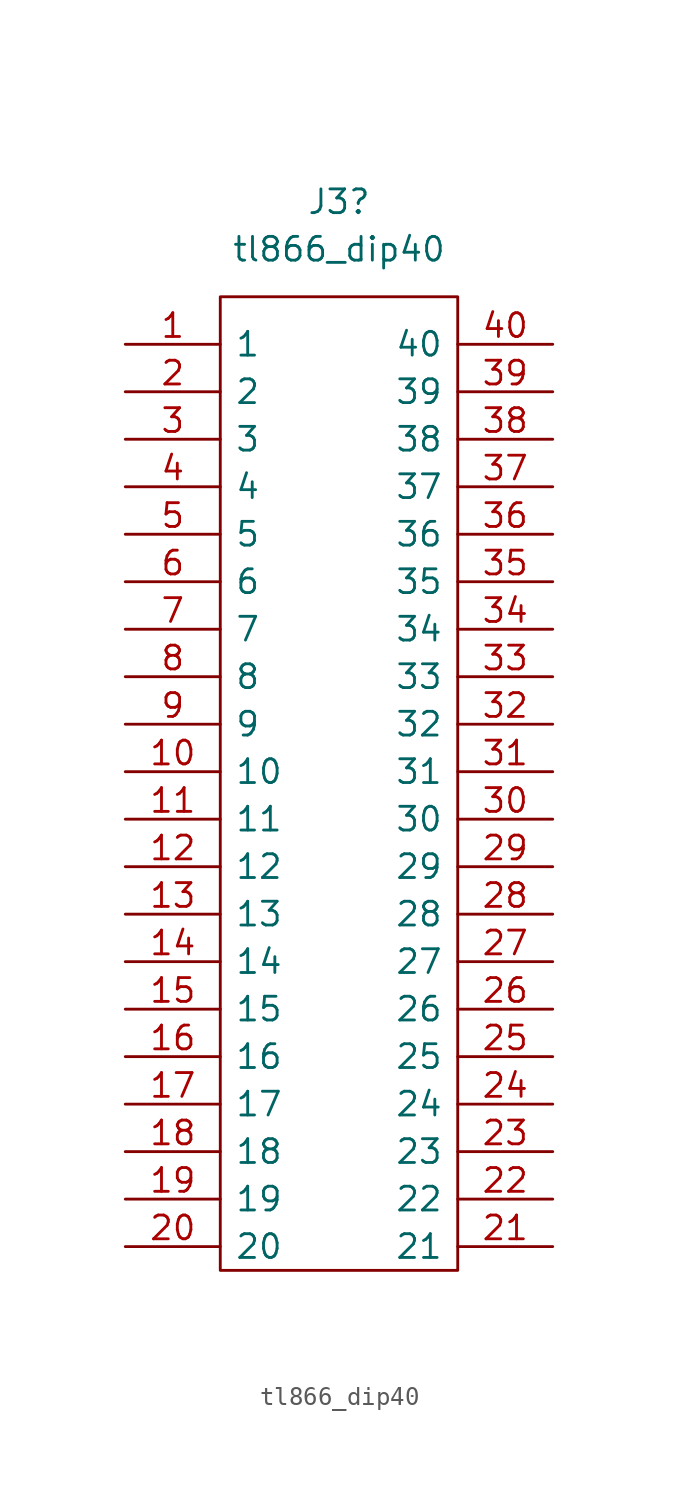
<source format=kicad_sym>
(kicad_symbol_lib
  (version 20211014)
  (generator kicad_symbol_editor)
  (symbol "tl866_dip40"
    (pin_names
      (offset 0.762))
    (property "Reference" "J3"
      (at 11.43 7.62 0)
      (effects (font (size 1.27 1.27))))
    (property "Value" "tl866_dip40"
      (at 11.43 5.08 0)
      (effects (font (size 1.27 1.27))))
    (symbol "tl866_dip40_0_0"
      (pin bidirectional line (at 0 0 0) (length 5.08) (name "1" (effects (font (size 1.27 1.27)))) (number "1" (effects (font (size 1.27 1.27)))))
      (pin bidirectional line (at 0 -22.86 0) (length 5.08) (name "10" (effects (font (size 1.27 1.27)))) (number "10" (effects (font (size 1.27 1.27)))))
      (pin bidirectional line (at 0 -25.4 0) (length 5.08) (name "11" (effects (font (size 1.27 1.27)))) (number "11" (effects (font (size 1.27 1.27)))))
      (pin bidirectional line (at 0 -27.94 0) (length 5.08) (name "12" (effects (font (size 1.27 1.27)))) (number "12" (effects (font (size 1.27 1.27)))))
      (pin bidirectional line (at 0 -30.48 0) (length 5.08) (name "13" (effects (font (size 1.27 1.27)))) (number "13" (effects (font (size 1.27 1.27)))))
      (pin bidirectional line (at 0 -33.02 0) (length 5.08) (name "14" (effects (font (size 1.27 1.27)))) (number "14" (effects (font (size 1.27 1.27)))))
      (pin bidirectional line (at 0 -35.56 0) (length 5.08) (name "15" (effects (font (size 1.27 1.27)))) (number "15" (effects (font (size 1.27 1.27)))))
      (pin bidirectional line (at 0 -38.1 0) (length 5.08) (name "16" (effects (font (size 1.27 1.27)))) (number "16" (effects (font (size 1.27 1.27)))))
      (pin bidirectional line (at 0 -40.64 0) (length 5.08) (name "17" (effects (font (size 1.27 1.27)))) (number "17" (effects (font (size 1.27 1.27)))))
      (pin bidirectional line (at 0 -43.18 0) (length 5.08) (name "18" (effects (font (size 1.27 1.27)))) (number "18" (effects (font (size 1.27 1.27)))))
      (pin bidirectional line (at 0 -45.72 0) (length 5.08) (name "19" (effects (font (size 1.27 1.27)))) (number "19" (effects (font (size 1.27 1.27)))))
      (pin bidirectional line (at 0 -2.54 0) (length 5.08) (name "2" (effects (font (size 1.27 1.27)))) (number "2" (effects (font (size 1.27 1.27)))))
      (pin bidirectional line (at 0 -48.26 0) (length 5.08) (name "20" (effects (font (size 1.27 1.27)))) (number "20" (effects (font (size 1.27 1.27)))))
      (pin bidirectional line (at 22.86 -48.26 180) (length 5.08) (name "21" (effects (font (size 1.27 1.27)))) (number "21" (effects (font (size 1.27 1.27)))))
      (pin bidirectional line (at 22.86 -45.72 180) (length 5.08) (name "22" (effects (font (size 1.27 1.27)))) (number "22" (effects (font (size 1.27 1.27)))))
      (pin bidirectional line (at 22.86 -43.18 180) (length 5.08) (name "23" (effects (font (size 1.27 1.27)))) (number "23" (effects (font (size 1.27 1.27)))))
      (pin bidirectional line (at 22.86 -40.64 180) (length 5.08) (name "24" (effects (font (size 1.27 1.27)))) (number "24" (effects (font (size 1.27 1.27)))))
      (pin bidirectional line (at 22.86 -38.1 180) (length 5.08) (name "25" (effects (font (size 1.27 1.27)))) (number "25" (effects (font (size 1.27 1.27)))))
      (pin bidirectional line (at 22.86 -35.56 180) (length 5.08) (name "26" (effects (font (size 1.27 1.27)))) (number "26" (effects (font (size 1.27 1.27)))))
      (pin bidirectional line (at 22.86 -33.02 180) (length 5.08) (name "27" (effects (font (size 1.27 1.27)))) (number "27" (effects (font (size 1.27 1.27)))))
      (pin bidirectional line (at 22.86 -30.48 180) (length 5.08) (name "28" (effects (font (size 1.27 1.27)))) (number "28" (effects (font (size 1.27 1.27)))))
      (pin bidirectional line (at 22.86 -27.94 180) (length 5.08) (name "29" (effects (font (size 1.27 1.27)))) (number "29" (effects (font (size 1.27 1.27)))))
      (pin bidirectional line (at 0 -5.08 0) (length 5.08) (name "3" (effects (font (size 1.27 1.27)))) (number "3" (effects (font (size 1.27 1.27)))))
      (pin bidirectional line (at 22.86 -25.4 180) (length 5.08) (name "30" (effects (font (size 1.27 1.27)))) (number "30" (effects (font (size 1.27 1.27)))))
      (pin bidirectional line (at 22.86 -22.86 180) (length 5.08) (name "31" (effects (font (size 1.27 1.27)))) (number "31" (effects (font (size 1.27 1.27)))))
      (pin bidirectional line (at 22.86 -20.32 180) (length 5.08) (name "32" (effects (font (size 1.27 1.27)))) (number "32" (effects (font (size 1.27 1.27)))))
      (pin bidirectional line (at 22.86 -17.78 180) (length 5.08) (name "33" (effects (font (size 1.27 1.27)))) (number "33" (effects (font (size 1.27 1.27)))))
      (pin bidirectional line (at 22.86 -15.24 180) (length 5.08) (name "34" (effects (font (size 1.27 1.27)))) (number "34" (effects (font (size 1.27 1.27)))))
      (pin bidirectional line (at 22.86 -12.7 180) (length 5.08) (name "35" (effects (font (size 1.27 1.27)))) (number "35" (effects (font (size 1.27 1.27)))))
      (pin bidirectional line (at 22.86 -10.16 180) (length 5.08) (name "36" (effects (font (size 1.27 1.27)))) (number "36" (effects (font (size 1.27 1.27)))))
      (pin bidirectional line (at 22.86 -7.62 180) (length 5.08) (name "37" (effects (font (size 1.27 1.27)))) (number "37" (effects (font (size 1.27 1.27)))))
      (pin bidirectional line (at 22.86 -5.08 180) (length 5.08) (name "38" (effects (font (size 1.27 1.27)))) (number "38" (effects (font (size 1.27 1.27)))))
      (pin bidirectional line (at 22.86 -2.54 180) (length 5.08) (name "39" (effects (font (size 1.27 1.27)))) (number "39" (effects (font (size 1.27 1.27)))))
      (pin bidirectional line (at 0 -7.62 0) (length 5.08) (name "4" (effects (font (size 1.27 1.27)))) (number "4" (effects (font (size 1.27 1.27)))))
      (pin bidirectional line (at 22.86 0 180) (length 5.08) (name "40" (effects (font (size 1.27 1.27)))) (number "40" (effects (font (size 1.27 1.27)))))
      (pin bidirectional line (at 0 -10.16 0) (length 5.08) (name "5" (effects (font (size 1.27 1.27)))) (number "5" (effects (font (size 1.27 1.27)))))
      (pin bidirectional line (at 0 -12.7 0) (length 5.08) (name "6" (effects (font (size 1.27 1.27)))) (number "6" (effects (font (size 1.27 1.27)))))
      (pin bidirectional line (at 0 -15.24 0) (length 5.08) (name "7" (effects (font (size 1.27 1.27)))) (number "7" (effects (font (size 1.27 1.27)))))
      (pin bidirectional line (at 0 -17.78 0) (length 5.08) (name "8" (effects (font (size 1.27 1.27)))) (number "8" (effects (font (size 1.27 1.27)))))
      (pin bidirectional line (at 0 -20.32 0) (length 5.08) (name "9" (effects (font (size 1.27 1.27)))) (number "9" (effects (font (size 1.27 1.27))))))
    (symbol "tl866_dip40_0_1"
      (rectangle (start 5.08 2.54) (end 17.78 -49.53) (stroke (width 0) (type default) (color 0 0 0 0)) (fill (type none))))))
</source>
